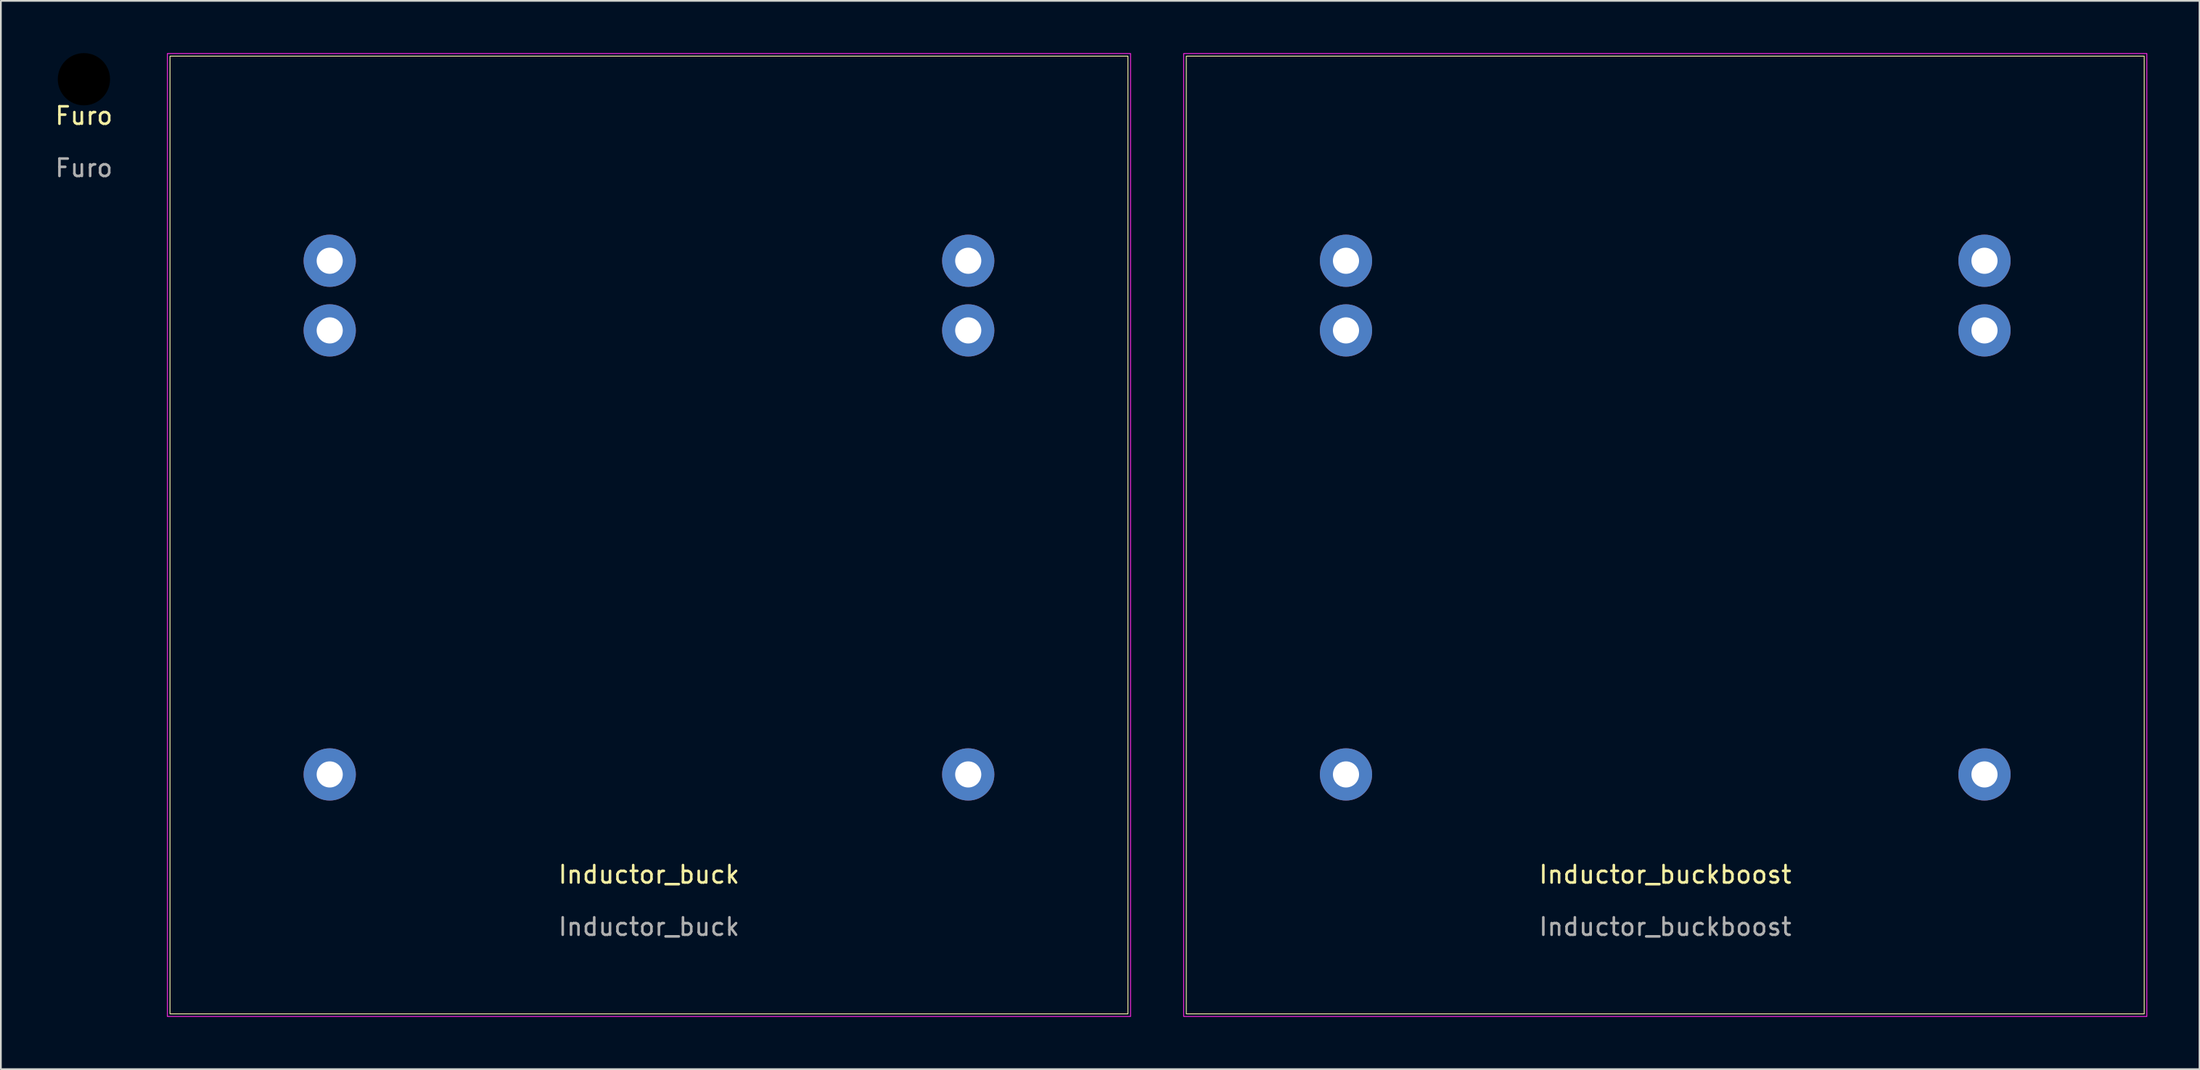
<source format=kicad_pcb>
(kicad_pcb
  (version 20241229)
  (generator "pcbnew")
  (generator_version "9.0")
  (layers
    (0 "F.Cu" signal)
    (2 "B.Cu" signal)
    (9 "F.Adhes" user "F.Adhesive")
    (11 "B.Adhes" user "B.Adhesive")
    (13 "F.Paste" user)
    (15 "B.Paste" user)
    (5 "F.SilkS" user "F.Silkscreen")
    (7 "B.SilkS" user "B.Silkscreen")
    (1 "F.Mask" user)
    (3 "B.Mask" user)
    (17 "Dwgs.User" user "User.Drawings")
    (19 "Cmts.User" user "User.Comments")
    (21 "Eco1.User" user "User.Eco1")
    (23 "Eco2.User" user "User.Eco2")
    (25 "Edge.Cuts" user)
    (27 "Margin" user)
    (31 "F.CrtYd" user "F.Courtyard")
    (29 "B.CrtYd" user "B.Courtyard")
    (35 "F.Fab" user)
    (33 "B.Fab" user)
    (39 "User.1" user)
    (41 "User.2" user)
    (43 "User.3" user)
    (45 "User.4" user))
  (footprint "Furo"
    (layer "F.Cu")
    (at 1.768 4.1)
    (property "Reference" "Furo" (at 0 -0.5 0) (unlocked yes) (layer "F.SilkS") (effects (font (size 1 1) (thickness 0.15))))
    (attr through_hole)
    (fp_text user "${REFERENCE}" (at 0 2.5 0) (unlocked yes) (layer "F.Fab") (effects (font (size 1 1) (thickness 0.15))))
    (pad "" np_thru_hole circle (at 0 -2.6) (size 3 3) (drill 3) (layers "*.Mask")))
  (footprint "Inductor_buckboost"
    (layer "F.Cu")
    (at 92.561 27.675)
    (property "Reference" "Inductor_buckboost" (at 0 19.5 0) (unlocked yes) (layer "F.SilkS") (effects (font (size 1 1) (thickness 0.15))))
    (attr through_hole)
    (fp_rect (start -27.5 27.5) (end 27.5 -27.5) (stroke (width 0.05) (type default)) (fill no) (layer "F.SilkS"))
    (fp_rect (start -27.65 27.65) (end 27.65 -27.65) (stroke (width 0.05) (type default)) (fill no) (layer "F.CrtYd"))
    (fp_text user "${REFERENCE}" (at 0 22.5 0) (unlocked yes) (layer "F.Fab") (effects (font (size 1 1) (thickness 0.15))))
    (pad "1" thru_hole circle (at -18.33 13.75) (size 3 3) (drill 1.5) (layers "*.Cu" "*.Mask"))
    (pad "2" thru_hole circle (at -18.33 -15.75) (size 3 3) (drill 1.5) (layers "*.Cu" "*.Mask"))
    (pad "2" thru_hole circle (at -18.33 -11.75) (size 3 3) (drill 1.5) (layers "*.Cu" "*.Mask"))
    (pad "3" thru_hole circle (at 18.33 -15.75) (size 3 3) (drill 1.5) (layers "*.Cu" "*.Mask"))
    (pad "3" thru_hole circle (at 18.33 -11.75) (size 3 3) (drill 1.5) (layers "*.Cu" "*.Mask"))
    (pad "4" thru_hole circle (at 18.33 13.75) (size 3 3) (drill 1.5) (layers "*.Cu" "*.Mask")))
  (footprint "Inductor_buck"
    (layer "F.Cu")
    (at 34.211 27.675)
    (property "Reference" "Inductor_buck" (at 0 19.5 0) (unlocked yes) (layer "F.SilkS") (effects (font (size 1 1) (thickness 0.15))))
    (attr through_hole)
    (fp_rect (start -27.5 27.5) (end 27.5 -27.5) (stroke (width 0.05) (type default)) (fill no) (layer "F.SilkS"))
    (fp_rect (start -27.65 27.65) (end 27.65 -27.65) (stroke (width 0.05) (type default)) (fill no) (layer "F.CrtYd"))
    (fp_text user "${REFERENCE}" (at 0 22.5 0) (unlocked yes) (layer "F.Fab") (effects (font (size 1 1) (thickness 0.15))))
    (pad "1" thru_hole circle (at -18.33 13.75) (size 3 3) (drill 1.5) (layers "*.Cu" "*.Mask"))
    (pad "2" thru_hole circle (at -18.33 -15.75) (size 3 3) (drill 1.5) (layers "*.Cu" "*.Mask"))
    (pad "2" thru_hole circle (at -18.33 -11.75) (size 3 3) (drill 1.5) (layers "*.Cu" "*.Mask"))
    (pad "3" thru_hole circle (at 18.33 -15.75) (size 3 3) (drill 1.5) (layers "*.Cu" "*.Mask"))
    (pad "3" thru_hole circle (at 18.33 -11.75) (size 3 3) (drill 1.5) (layers "*.Cu" "*.Mask"))
    (pad "4" thru_hole circle (at 18.33 13.75) (size 3 3) (drill 1.5) (layers "*.Cu" "*.Mask")))
  (gr_rect
    (start -3 -3)
    (end 123.236 58.35)
    (stroke (width 0.1) (type default))
    (fill no)
    (layer "Edge.Cuts")))
</source>
